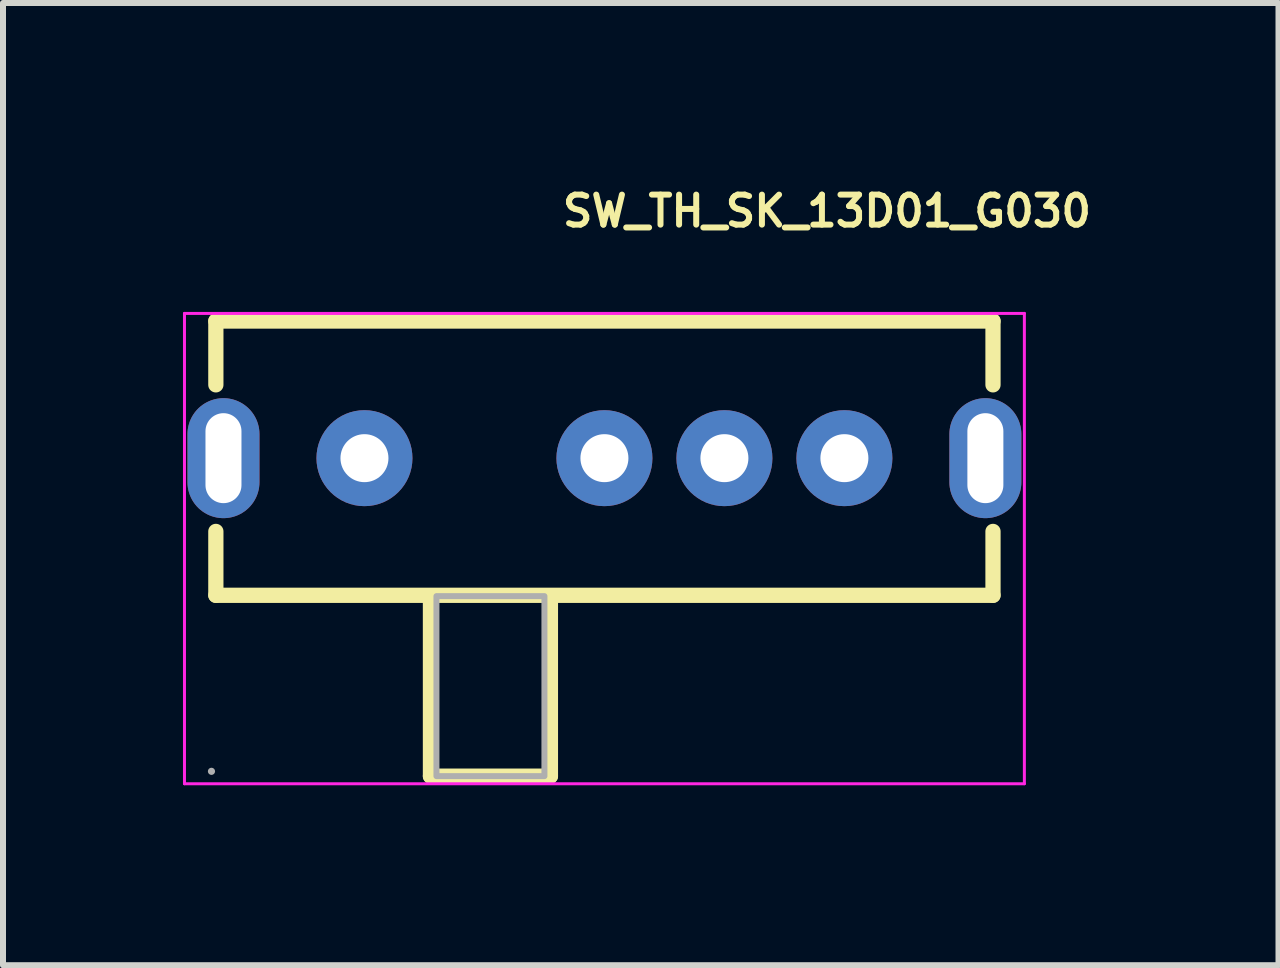
<source format=kicad_pcb>
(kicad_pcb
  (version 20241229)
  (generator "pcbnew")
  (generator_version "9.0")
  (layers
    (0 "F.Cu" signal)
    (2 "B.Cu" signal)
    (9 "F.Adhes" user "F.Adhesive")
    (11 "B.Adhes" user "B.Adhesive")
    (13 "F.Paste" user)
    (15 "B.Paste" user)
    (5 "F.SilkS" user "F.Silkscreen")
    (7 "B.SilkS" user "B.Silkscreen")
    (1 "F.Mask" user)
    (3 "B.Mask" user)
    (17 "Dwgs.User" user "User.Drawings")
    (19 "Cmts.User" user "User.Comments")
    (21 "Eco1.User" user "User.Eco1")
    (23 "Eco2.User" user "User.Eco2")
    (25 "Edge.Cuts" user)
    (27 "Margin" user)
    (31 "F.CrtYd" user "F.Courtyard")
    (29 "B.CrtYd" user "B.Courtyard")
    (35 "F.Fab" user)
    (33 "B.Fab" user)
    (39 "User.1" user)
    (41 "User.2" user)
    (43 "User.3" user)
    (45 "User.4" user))
  (footprint "SW_TH_SK_13D01_G030"
    (layer "F.Cu")
    (at 7.025 6.094)
    (property "Reference" "SW_TH_SK_13D01_G030" (at -0.75 -5.626 0) (layer "F.SilkS") (effects (font (size 0.5 0.5) (thickness 0.1)) (justify left)))
    (fp_line (start -6.477 -3.793) (end 6.477 -3.793) (stroke (width 0.254) (type solid)) (layer "F.SilkS"))
    (fp_line (start -6.477 -2.729) (end -6.477 -3.793) (stroke (width 0.254) (type solid)) (layer "F.SilkS"))
    (fp_line (start -6.477 0.779) (end -6.477 -0.286) (stroke (width 0.254) (type solid)) (layer "F.SilkS"))
    (fp_line (start -2.9 3.793) (end -2.9 0.793) (stroke (width 0.254) (type solid)) (layer "F.SilkS"))
    (fp_line (start -2.9 3.793) (end -0.9 3.793) (stroke (width 0.254) (type solid)) (layer "F.SilkS"))
    (fp_line (start -0.9 3.793) (end -0.9 0.793) (stroke (width 0.254) (type solid)) (layer "F.SilkS"))
    (fp_line (start 6.477 -3.793) (end 6.477 -2.729) (stroke (width 0.254) (type solid)) (layer "F.SilkS"))
    (fp_line (start 6.477 -0.286) (end 6.477 0.779) (stroke (width 0.254) (type solid)) (layer "F.SilkS"))
    (fp_line (start 6.477 0.779) (end -6.477 0.779) (stroke (width 0.254) (type solid)) (layer "F.SilkS"))
    (fp_line (start -7 -3.92) (end -7 3.92) (stroke (width 0.05) (type solid)) (layer "F.CrtYd"))
    (fp_line (start -7 3.92) (end 7 3.92) (stroke (width 0.05) (type solid)) (layer "F.CrtYd"))
    (fp_line (start 7 -3.92) (end -7 -3.92) (stroke (width 0.05) (type solid)) (layer "F.CrtYd"))
    (fp_line (start 7 3.92) (end 7 -3.92) (stroke (width 0.05) (type solid)) (layer "F.CrtYd"))
    (fp_arc (start -6.52 3.713) (mid -6.58 3.713) (end -6.52 3.713) (stroke (width 0.06) (type solid)) (layer "F.Fab"))
    (fp_poly (pts (xy -1 0.793) (xy -1 3.793) (xy -2.8 3.793) (xy -2.8 0.793) (xy -1 0.793)) (stroke (width 0.1) (type solid)) (fill no) (layer "F.Fab"))
    (pad "1" thru_hole circle (at -4 -1.507) (size 1.6 1.6) (drill 0.8) (layers "*.Cu" "*.Mask"))
    (pad "2" thru_hole circle (at 0 -1.507) (size 1.6 1.6) (drill 0.8) (layers "*.Cu" "*.Mask"))
    (pad "3" thru_hole circle (at 2 -1.507) (size 1.6 1.6) (drill 0.8) (layers "*.Cu" "*.Mask"))
    (pad "4" thru_hole circle (at 4 -1.507) (size 1.6 1.6) (drill 0.8) (layers "*.Cu" "*.Mask"))
    (pad "5" thru_hole oval (at 6.35 -1.507) (size 1.2 2) (drill oval 0.6 1.5) (layers "*.Cu" "*.Mask"))
    (pad "6" thru_hole oval (at -6.35 -1.507) (size 1.2 2) (drill oval 0.6 1.5) (layers "*.Cu" "*.Mask")))
  (gr_rect
    (start -3 -3)
    (end 18.261 13.039)
    (stroke (width 0.1) (type default))
    (fill no)
    (layer "Edge.Cuts")))
</source>
